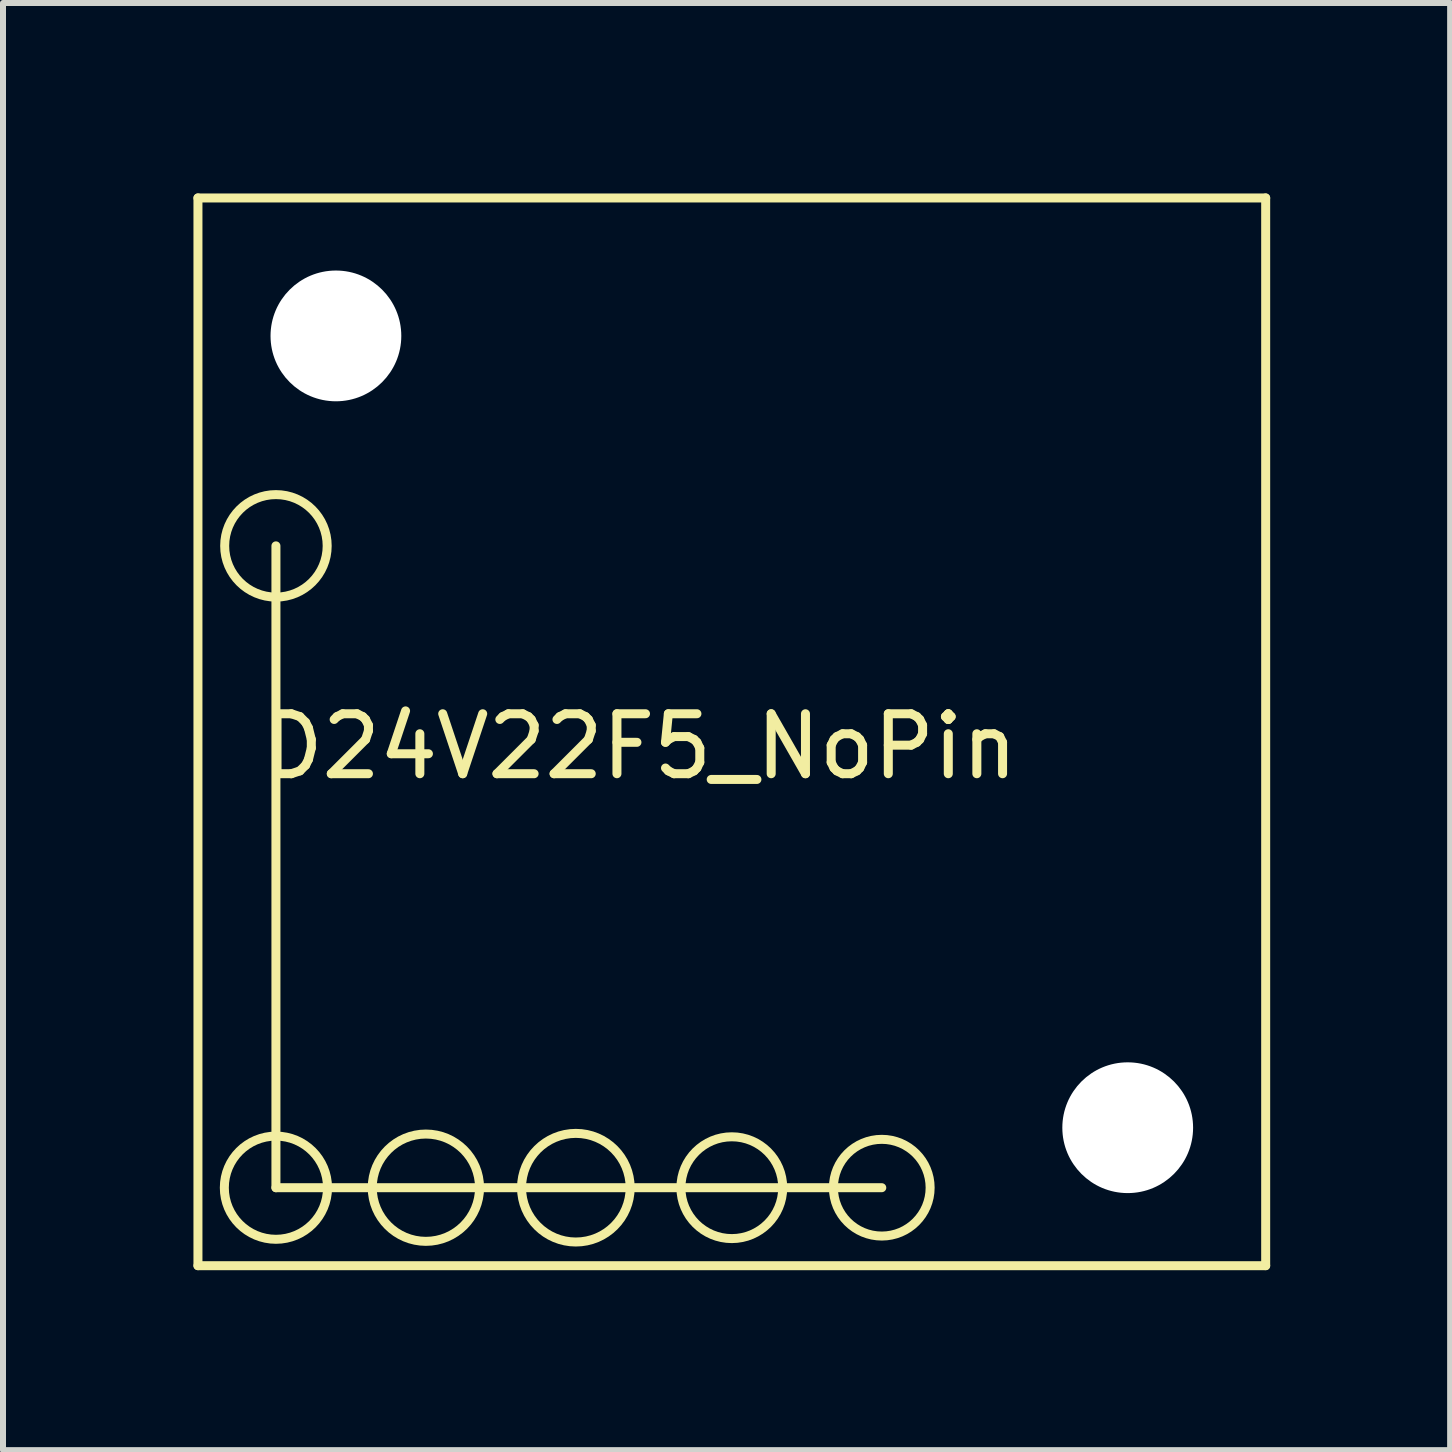
<source format=kicad_pcb>
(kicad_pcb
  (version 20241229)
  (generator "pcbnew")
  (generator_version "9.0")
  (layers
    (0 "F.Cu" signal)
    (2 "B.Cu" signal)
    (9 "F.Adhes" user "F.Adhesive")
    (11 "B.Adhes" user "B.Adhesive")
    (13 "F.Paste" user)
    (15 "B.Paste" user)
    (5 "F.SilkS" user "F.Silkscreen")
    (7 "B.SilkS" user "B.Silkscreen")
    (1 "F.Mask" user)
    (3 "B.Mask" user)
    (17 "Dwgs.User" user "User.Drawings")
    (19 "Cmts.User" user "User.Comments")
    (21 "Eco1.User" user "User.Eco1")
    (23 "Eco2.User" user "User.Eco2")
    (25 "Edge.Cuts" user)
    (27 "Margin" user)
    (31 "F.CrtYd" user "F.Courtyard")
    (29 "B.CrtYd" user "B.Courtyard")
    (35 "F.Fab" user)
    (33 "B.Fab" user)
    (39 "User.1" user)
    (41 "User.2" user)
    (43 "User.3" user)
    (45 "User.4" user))
  (footprint "D24V22F5_NoPin"
    (layer "F.Cu")
    (at 0.25 0.25)
    (property "Reference" "D24V22F5_NoPin" (at 7.366 9.144 0) (layer "F.SilkS") (effects (font (size 1 1) (thickness 0.15))))
    (attr through_hole)
    (fp_line (start 0 0) (end 17.8 0) (stroke (width 0.15) (type solid)) (layer "F.SilkS"))
    (fp_line (start 0 17.8) (end 0 0) (stroke (width 0.15) (type solid)) (layer "F.SilkS"))
    (fp_line (start 1.3 5.8) (end 1.3 16.5) (stroke (width 0.15) (type solid)) (layer "F.SilkS"))
    (fp_line (start 1.3 16.5) (end 11.4 16.5) (stroke (width 0.15) (type solid)) (layer "F.SilkS"))
    (fp_line (start 17.8 0) (end 17.8 17.8) (stroke (width 0.15) (type solid)) (layer "F.SilkS"))
    (fp_line (start 17.8 17.8) (end 0 17.8) (stroke (width 0.15) (type solid)) (layer "F.SilkS"))
    (fp_circle (center 1.3 5.8) (end 1.6 5) (stroke (width 0.15) (type solid)) (fill no) (layer "F.SilkS"))
    (fp_circle (center 1.3 16.5) (end 0.6 17) (stroke (width 0.15) (type solid)) (fill no) (layer "F.SilkS"))
    (fp_circle (center 3.8 16.5) (end 4.6 16.9) (stroke (width 0.15) (type solid)) (fill no) (layer "F.SilkS"))
    (fp_circle (center 6.3 16.5) (end 7.2 16.4) (stroke (width 0.15) (type solid)) (fill no) (layer "F.SilkS"))
    (fp_circle (center 8.9 16.5) (end 9.5 15.9) (stroke (width 0.15) (type solid)) (fill no) (layer "F.SilkS"))
    (fp_circle (center 11.4 16.5) (end 12.2 16.6) (stroke (width 0.15) (type solid)) (fill no) (layer "F.SilkS"))
    (pad "" np_thru_hole circle (at 2.3 2.3) (size 2.18 2.18) (drill 2.18) (layers "*.Cu" "*.Mask"))
    (pad "" np_thru_hole circle (at 15.5 15.5) (size 2.18 2.18) (drill 2.18) (layers "*.Cu" "*.Mask")))
  (gr_rect
    (start -3 -3)
    (end 21.125 21.125)
    (stroke (width 0.1) (type default))
    (fill no)
    (layer "Edge.Cuts")))
</source>
